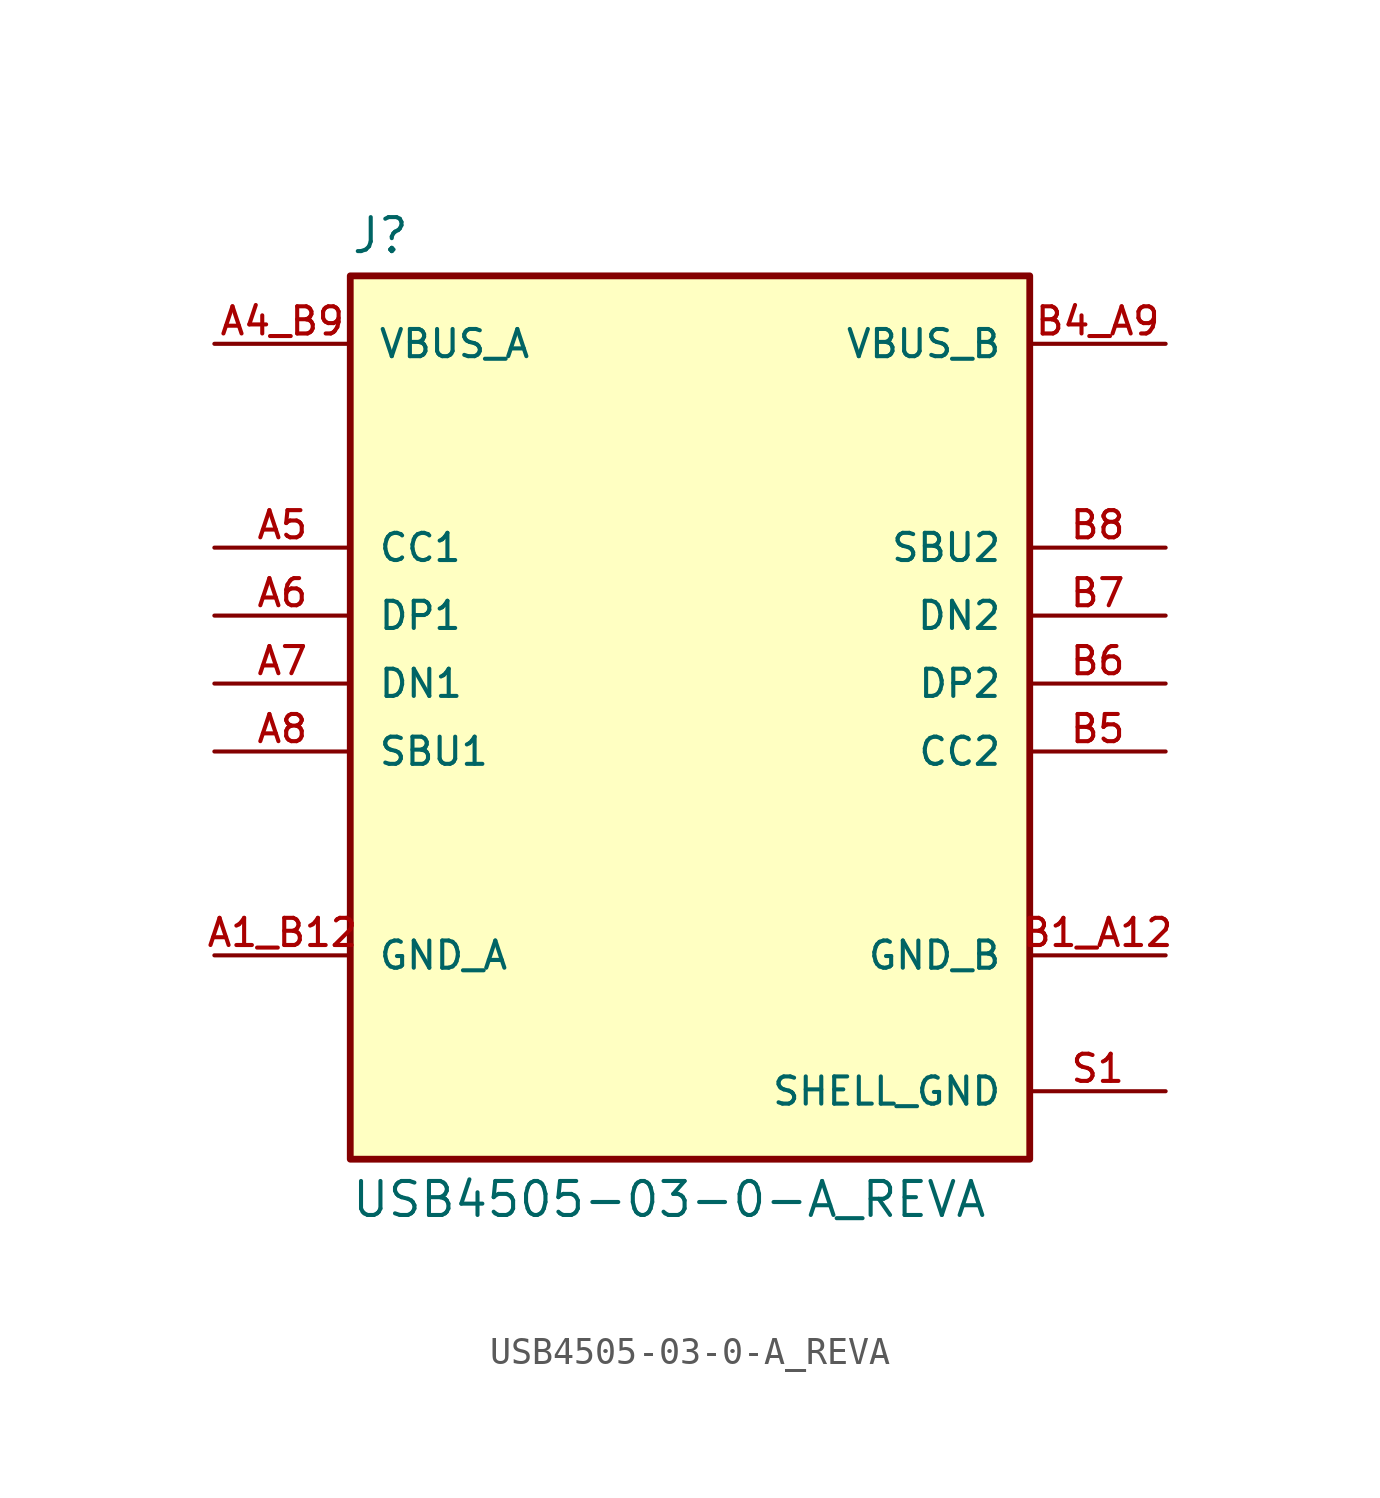
<source format=kicad_sym>
(kicad_symbol_lib
  (version 20241209)
  (generator "kicad_symbol_editor")
  (generator_version "9.0")
  (symbol "USB4505-03-0-A_REVA"
    (pin_names
      (offset 1.016))
    (property "Reference" "J"
      (at -12.7 16.002 0)
      (effects (font (size 1.27 1.27)) (justify left bottom)))
    (property "Value" "USB4505-03-0-A_REVA"
      (at -12.7 -18.542 0)
      (effects (font (size 1.27 1.27)) (justify left top)))
    (symbol "USB4505-03-0-A_REVA_0_0"
      (rectangle (start -12.7 15.24) (end 12.7 -17.78) (stroke (width 0.254) (type default)) (fill (type background))))
    (symbol "USB4505-03-0-A_REVA_1_1"
      (pin passive line (at -17.78 12.7 0) (length 5.08) (name "VBUS_A" (effects (font (size 1.016 1.016)))) (number "A4_B9" (effects (font (size 1.016 1.016)))))
      (pin bidirectional line (at -17.78 5.08 0) (length 5.08) (name "CC1" (effects (font (size 1.016 1.016)))) (number "A5" (effects (font (size 1.016 1.016)))))
      (pin bidirectional line (at -17.78 2.54 0) (length 5.08) (name "DP1" (effects (font (size 1.016 1.016)))) (number "A6" (effects (font (size 1.016 1.016)))))
      (pin bidirectional line (at -17.78 0 0) (length 5.08) (name "DN1" (effects (font (size 1.016 1.016)))) (number "A7" (effects (font (size 1.016 1.016)))))
      (pin bidirectional line (at -17.78 -2.54 0) (length 5.08) (name "SBU1" (effects (font (size 1.016 1.016)))) (number "A8" (effects (font (size 1.016 1.016)))))
      (pin passive line (at -17.78 -10.16 0) (length 5.08) (name "GND_A" (effects (font (size 1.016 1.016)))) (number "A1_B12" (effects (font (size 1.016 1.016)))))
      (pin passive line (at 17.78 12.7 180) (length 5.08) (name "VBUS_B" (effects (font (size 1.016 1.016)))) (number "B4_A9" (effects (font (size 1.016 1.016)))))
      (pin bidirectional line (at 17.78 5.08 180) (length 5.08) (name "SBU2" (effects (font (size 1.016 1.016)))) (number "B8" (effects (font (size 1.016 1.016)))))
      (pin bidirectional line (at 17.78 2.54 180) (length 5.08) (name "DN2" (effects (font (size 1.016 1.016)))) (number "B7" (effects (font (size 1.016 1.016)))))
      (pin bidirectional line (at 17.78 0 180) (length 5.08) (name "DP2" (effects (font (size 1.016 1.016)))) (number "B6" (effects (font (size 1.016 1.016)))))
      (pin bidirectional line (at 17.78 -2.54 180) (length 5.08) (name "CC2" (effects (font (size 1.016 1.016)))) (number "B5" (effects (font (size 1.016 1.016)))))
      (pin passive line (at 17.78 -10.16 180) (length 5.08) (name "GND_B" (effects (font (size 1.016 1.016)))) (number "B1_A12" (effects (font (size 1.016 1.016)))))
      (pin passive line (at 17.78 -15.24 180) (length 5.08) (name "SHELL_GND" (effects (font (size 1.016 1.016)))) (number "S1" (effects (font (size 1.016 1.016)))))
      (pin passive line (at 17.78 -15.24 180) (length 5.08) (hide yes) (name "SHELL_GND" (effects (font (size 1.016 1.016)))) (number "S2" (effects (font (size 1.016 1.016)))))
      (pin passive line (at 17.78 -15.24 180) (length 5.08) (hide yes) (name "SHELL_GND" (effects (font (size 1.016 1.016)))) (number "S3" (effects (font (size 1.016 1.016)))))
      (pin passive line (at 17.78 -15.24 180) (length 5.08) (hide yes) (name "SHELL_GND" (effects (font (size 1.016 1.016)))) (number "S4" (effects (font (size 1.016 1.016))))))))
</source>
